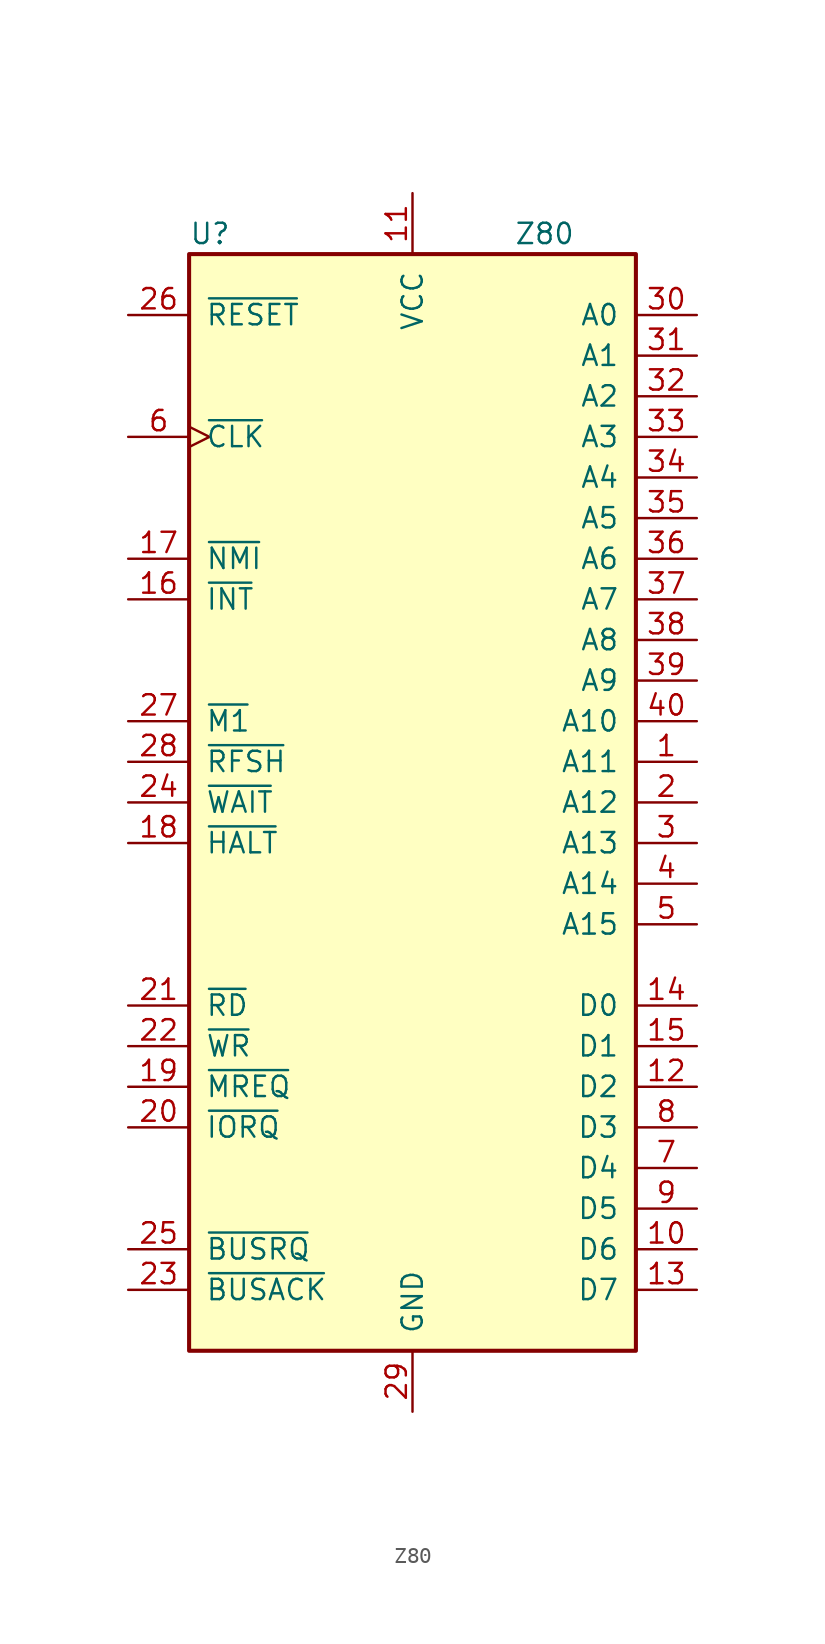
<source format=kicad_sym>
(kicad_symbol_lib
  (version 20231120)
  (generator "kicad_symbol_editor")
  (generator_version "8.0")
  (symbol "Z80"
    (pin_names
      (offset 1.016))
    (property "Reference" "U"
      (at -13.97 35.56 0)
      (effects (font (size 1.27 1.27)) (justify left)))
    (property "Value" "Z80"
      (at 6.35 35.56 0)
      (effects (font (size 1.27 1.27)) (justify left)))
    (symbol "Z80_0_1"
      (rectangle (start -13.97 34.29) (end 13.97 -34.29) (stroke (width 0.254) (type default)) (fill (type background))))
    (symbol "Z80_1_1"
      (pin output line (at 17.78 2.54 180) (length 3.81) (name "A11" (effects (font (size 1.27 1.27)))) (number "1" (effects (font (size 1.27 1.27)))))
      (pin bidirectional line (at 17.78 -27.94 180) (length 3.81) (name "D6" (effects (font (size 1.27 1.27)))) (number "10" (effects (font (size 1.27 1.27)))))
      (pin power_in line (at 0 38.1 270) (length 3.81) (name "VCC" (effects (font (size 1.27 1.27)))) (number "11" (effects (font (size 1.27 1.27)))))
      (pin bidirectional line (at 17.78 -17.78 180) (length 3.81) (name "D2" (effects (font (size 1.27 1.27)))) (number "12" (effects (font (size 1.27 1.27)))))
      (pin bidirectional line (at 17.78 -30.48 180) (length 3.81) (name "D7" (effects (font (size 1.27 1.27)))) (number "13" (effects (font (size 1.27 1.27)))))
      (pin bidirectional line (at 17.78 -12.7 180) (length 3.81) (name "D0" (effects (font (size 1.27 1.27)))) (number "14" (effects (font (size 1.27 1.27)))))
      (pin bidirectional line (at 17.78 -15.24 180) (length 3.81) (name "D1" (effects (font (size 1.27 1.27)))) (number "15" (effects (font (size 1.27 1.27)))))
      (pin input line (at -17.78 12.7 0) (length 3.81) (name "~{INT}" (effects (font (size 1.27 1.27)))) (number "16" (effects (font (size 1.27 1.27)))))
      (pin input line (at -17.78 15.24 0) (length 3.81) (name "~{NMI}" (effects (font (size 1.27 1.27)))) (number "17" (effects (font (size 1.27 1.27)))))
      (pin output line (at -17.78 -2.54 0) (length 3.81) (name "~{HALT}" (effects (font (size 1.27 1.27)))) (number "18" (effects (font (size 1.27 1.27)))))
      (pin output line (at -17.78 -17.78 0) (length 3.81) (name "~{MREQ}" (effects (font (size 1.27 1.27)))) (number "19" (effects (font (size 1.27 1.27)))))
      (pin output line (at 17.78 0 180) (length 3.81) (name "A12" (effects (font (size 1.27 1.27)))) (number "2" (effects (font (size 1.27 1.27)))))
      (pin output line (at -17.78 -20.32 0) (length 3.81) (name "~{IORQ}" (effects (font (size 1.27 1.27)))) (number "20" (effects (font (size 1.27 1.27)))))
      (pin output line (at -17.78 -12.7 0) (length 3.81) (name "~{RD}" (effects (font (size 1.27 1.27)))) (number "21" (effects (font (size 1.27 1.27)))))
      (pin output line (at -17.78 -15.24 0) (length 3.81) (name "~{WR}" (effects (font (size 1.27 1.27)))) (number "22" (effects (font (size 1.27 1.27)))))
      (pin output line (at -17.78 -30.48 0) (length 3.81) (name "~{BUSACK}" (effects (font (size 1.27 1.27)))) (number "23" (effects (font (size 1.27 1.27)))))
      (pin input line (at -17.78 0 0) (length 3.81) (name "~{WAIT}" (effects (font (size 1.27 1.27)))) (number "24" (effects (font (size 1.27 1.27)))))
      (pin input line (at -17.78 -27.94 0) (length 3.81) (name "~{BUSRQ}" (effects (font (size 1.27 1.27)))) (number "25" (effects (font (size 1.27 1.27)))))
      (pin input line (at -17.78 30.48 0) (length 3.81) (name "~{RESET}" (effects (font (size 1.27 1.27)))) (number "26" (effects (font (size 1.27 1.27)))))
      (pin output line (at -17.78 5.08 0) (length 3.81) (name "~{M1}" (effects (font (size 1.27 1.27)))) (number "27" (effects (font (size 1.27 1.27)))))
      (pin output line (at -17.78 2.54 0) (length 3.81) (name "~{RFSH}" (effects (font (size 1.27 1.27)))) (number "28" (effects (font (size 1.27 1.27)))))
      (pin power_in line (at 0 -38.1 90) (length 3.81) (name "GND" (effects (font (size 1.27 1.27)))) (number "29" (effects (font (size 1.27 1.27)))))
      (pin output line (at 17.78 -2.54 180) (length 3.81) (name "A13" (effects (font (size 1.27 1.27)))) (number "3" (effects (font (size 1.27 1.27)))))
      (pin output line (at 17.78 30.48 180) (length 3.81) (name "A0" (effects (font (size 1.27 1.27)))) (number "30" (effects (font (size 1.27 1.27)))))
      (pin output line (at 17.78 27.94 180) (length 3.81) (name "A1" (effects (font (size 1.27 1.27)))) (number "31" (effects (font (size 1.27 1.27)))))
      (pin output line (at 17.78 25.4 180) (length 3.81) (name "A2" (effects (font (size 1.27 1.27)))) (number "32" (effects (font (size 1.27 1.27)))))
      (pin output line (at 17.78 22.86 180) (length 3.81) (name "A3" (effects (font (size 1.27 1.27)))) (number "33" (effects (font (size 1.27 1.27)))))
      (pin output line (at 17.78 20.32 180) (length 3.81) (name "A4" (effects (font (size 1.27 1.27)))) (number "34" (effects (font (size 1.27 1.27)))))
      (pin output line (at 17.78 17.78 180) (length 3.81) (name "A5" (effects (font (size 1.27 1.27)))) (number "35" (effects (font (size 1.27 1.27)))))
      (pin output line (at 17.78 15.24 180) (length 3.81) (name "A6" (effects (font (size 1.27 1.27)))) (number "36" (effects (font (size 1.27 1.27)))))
      (pin output line (at 17.78 12.7 180) (length 3.81) (name "A7" (effects (font (size 1.27 1.27)))) (number "37" (effects (font (size 1.27 1.27)))))
      (pin output line (at 17.78 10.16 180) (length 3.81) (name "A8" (effects (font (size 1.27 1.27)))) (number "38" (effects (font (size 1.27 1.27)))))
      (pin output line (at 17.78 7.62 180) (length 3.81) (name "A9" (effects (font (size 1.27 1.27)))) (number "39" (effects (font (size 1.27 1.27)))))
      (pin output line (at 17.78 -5.08 180) (length 3.81) (name "A14" (effects (font (size 1.27 1.27)))) (number "4" (effects (font (size 1.27 1.27)))))
      (pin output line (at 17.78 5.08 180) (length 3.81) (name "A10" (effects (font (size 1.27 1.27)))) (number "40" (effects (font (size 1.27 1.27)))))
      (pin output line (at 17.78 -7.62 180) (length 3.81) (name "A15" (effects (font (size 1.27 1.27)))) (number "5" (effects (font (size 1.27 1.27)))))
      (pin input clock (at -17.78 22.86 0) (length 3.81) (name "~{CLK}" (effects (font (size 1.27 1.27)))) (number "6" (effects (font (size 1.27 1.27)))))
      (pin bidirectional line (at 17.78 -22.86 180) (length 3.81) (name "D4" (effects (font (size 1.27 1.27)))) (number "7" (effects (font (size 1.27 1.27)))))
      (pin bidirectional line (at 17.78 -20.32 180) (length 3.81) (name "D3" (effects (font (size 1.27 1.27)))) (number "8" (effects (font (size 1.27 1.27)))))
      (pin bidirectional line (at 17.78 -25.4 180) (length 3.81) (name "D5" (effects (font (size 1.27 1.27)))) (number "9" (effects (font (size 1.27 1.27))))))))
</source>
